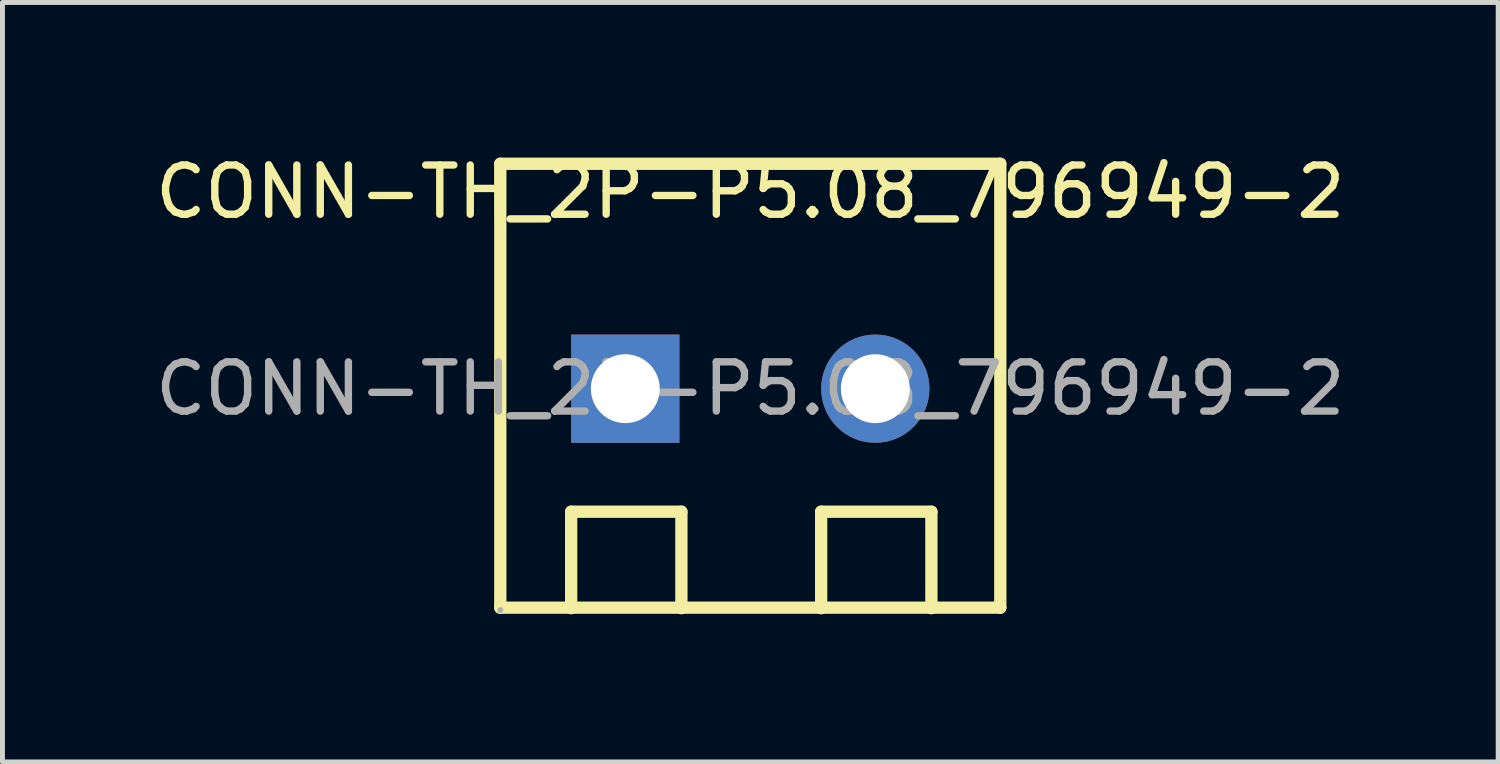
<source format=kicad_pcb>
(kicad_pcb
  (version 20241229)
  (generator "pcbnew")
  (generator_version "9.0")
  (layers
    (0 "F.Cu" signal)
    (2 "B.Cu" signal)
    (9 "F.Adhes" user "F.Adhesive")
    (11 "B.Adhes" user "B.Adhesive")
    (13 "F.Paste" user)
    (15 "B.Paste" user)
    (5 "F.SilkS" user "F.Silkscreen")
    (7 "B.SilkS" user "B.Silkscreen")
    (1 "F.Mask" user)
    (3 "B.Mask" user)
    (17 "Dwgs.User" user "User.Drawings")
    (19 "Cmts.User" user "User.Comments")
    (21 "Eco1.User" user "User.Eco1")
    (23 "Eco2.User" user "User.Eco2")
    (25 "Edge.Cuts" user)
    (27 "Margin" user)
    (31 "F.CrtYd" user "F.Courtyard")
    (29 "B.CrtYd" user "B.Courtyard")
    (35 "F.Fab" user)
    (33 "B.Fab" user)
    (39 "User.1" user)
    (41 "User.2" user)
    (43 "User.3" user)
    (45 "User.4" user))
  (footprint "CONN-TH_2P-P5.08_796949-2"
    (layer "F.Cu")
    (at 12.196 4.848)
    (property "Reference" "CONN-TH_2P-P5.08_796949-2" (at 0 -4 0) (layer "F.SilkS") (effects (font (size 1 1) (thickness 0.15))))
    (attr through_hole)
    (fp_line (start -5.08 -4.57) (end 5.08 -4.57) (stroke (width 0.25) (type solid)) (layer "F.SilkS"))
    (fp_line (start -5.08 4.45) (end -5.08 -4.57) (stroke (width 0.25) (type solid)) (layer "F.SilkS"))
    (fp_line (start -3.64 2.5) (end -1.4 2.5) (stroke (width 0.25) (type solid)) (layer "F.SilkS"))
    (fp_line (start -3.64 4.46) (end -3.64 2.5) (stroke (width 0.25) (type solid)) (layer "F.SilkS"))
    (fp_line (start -1.4 2.5) (end -1.4 4.46) (stroke (width 0.25) (type solid)) (layer "F.SilkS"))
    (fp_line (start 1.44 2.5) (end 3.68 2.5) (stroke (width 0.25) (type solid)) (layer "F.SilkS"))
    (fp_line (start 1.44 4.46) (end 1.44 2.5) (stroke (width 0.25) (type solid)) (layer "F.SilkS"))
    (fp_line (start 3.68 2.5) (end 3.68 4.46) (stroke (width 0.25) (type solid)) (layer "F.SilkS"))
    (fp_line (start 5.08 -4.57) (end 5.08 4.45) (stroke (width 0.25) (type solid)) (layer "F.SilkS"))
    (fp_line (start 5.08 4.45) (end -5.08 4.45) (stroke (width 0.25) (type solid)) (layer "F.SilkS"))
    (fp_circle (center -5.08 4.5) (end -5.05 4.5) (stroke (width 0.06) (type solid)) (fill no) (layer "F.Fab"))
    (fp_text user "${REFERENCE}" (at 0 0 0) (layer "F.Fab") (effects (font (size 1 1) (thickness 0.15))))
    (pad "1" thru_hole rect (at -2.54 0) (size 2.2 2.2) (drill 1.4) (layers "*.Cu" "*.Mask"))
    (pad "2" thru_hole circle (at 2.54 0) (size 2.2 2.2) (drill 1.4) (layers "*.Cu" "*.Mask")))
  (gr_rect
    (start -3 -3)
    (end 27.393 12.433)
    (stroke (width 0.1) (type default))
    (fill no)
    (layer "Edge.Cuts")))
</source>
